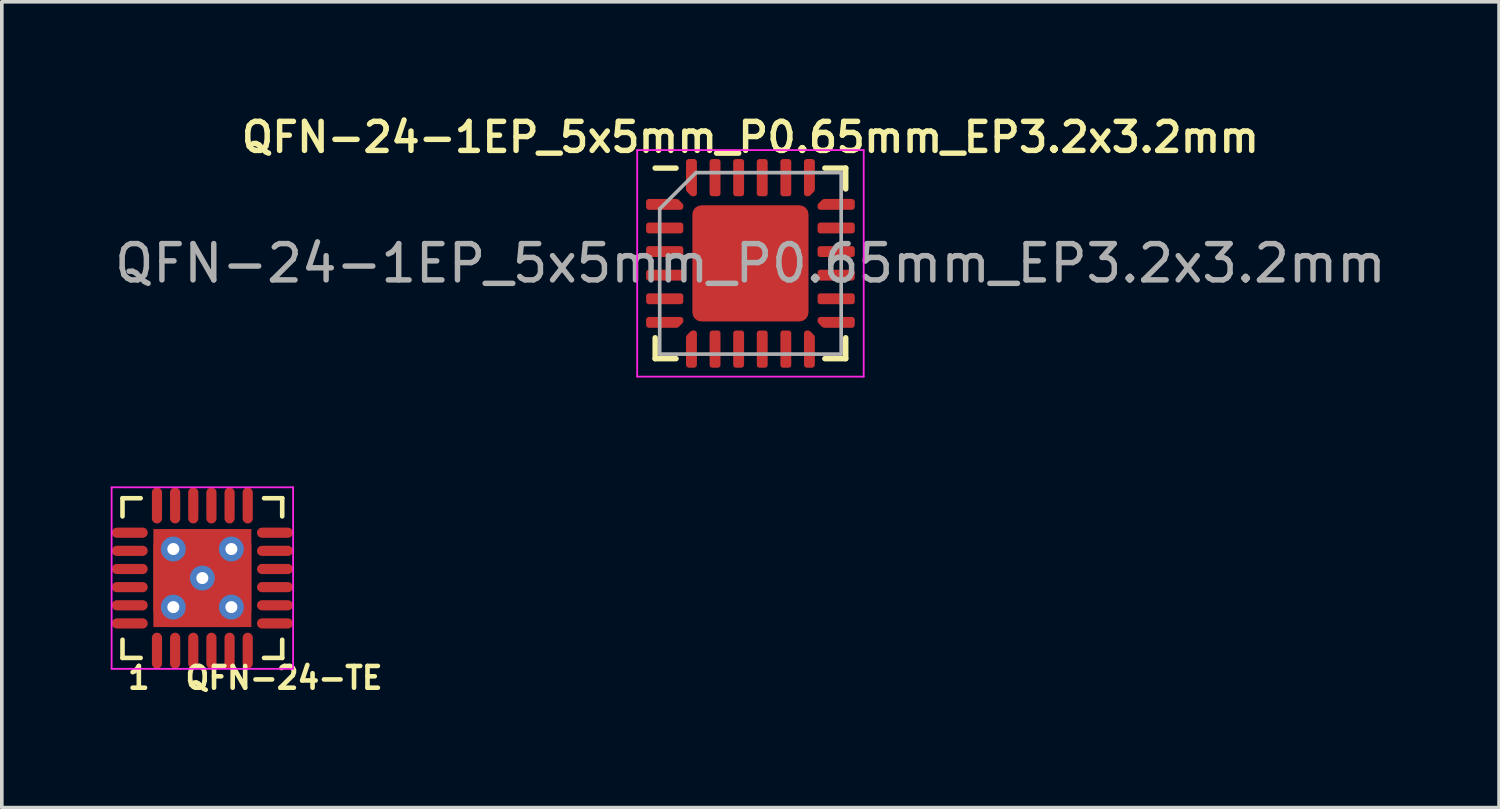
<source format=kicad_pcb>
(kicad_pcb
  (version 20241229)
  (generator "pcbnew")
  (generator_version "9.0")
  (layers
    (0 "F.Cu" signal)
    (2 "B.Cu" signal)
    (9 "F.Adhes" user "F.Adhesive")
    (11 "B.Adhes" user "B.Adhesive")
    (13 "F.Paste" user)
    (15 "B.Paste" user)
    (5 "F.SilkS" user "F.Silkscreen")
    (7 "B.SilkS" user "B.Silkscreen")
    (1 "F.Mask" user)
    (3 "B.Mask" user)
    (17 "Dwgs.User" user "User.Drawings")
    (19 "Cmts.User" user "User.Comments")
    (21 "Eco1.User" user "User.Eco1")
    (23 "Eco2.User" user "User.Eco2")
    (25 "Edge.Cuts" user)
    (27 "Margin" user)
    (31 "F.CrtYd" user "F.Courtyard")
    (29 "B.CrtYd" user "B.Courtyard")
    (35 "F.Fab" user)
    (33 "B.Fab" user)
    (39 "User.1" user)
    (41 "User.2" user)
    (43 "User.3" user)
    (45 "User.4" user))
  (footprint "QFN-24-1EP_5x5mm_P0.65mm_EP3.2x3.2mm"
    (layer "F.Cu")
    (at 17.625 4.206)
    (property "Reference" "QFN-24-1EP_5x5mm_P0.65mm_EP3.2x3.2mm" (at 0 -3.475 0) (layer "F.SilkS") (effects (font (size 0.8 0.8) (thickness 0.15))))
    (attr smd)
    (fp_line (start -2.625 2.625) (end -2.625 2.05) (stroke (width 0.15) (type solid)) (layer "F.SilkS"))
    (fp_line (start -2.05 -2.625) (end -2.625 -2.625) (stroke (width 0.15) (type solid)) (layer "F.SilkS"))
    (fp_line (start -2.05 2.625) (end -2.625 2.625) (stroke (width 0.15) (type solid)) (layer "F.SilkS"))
    (fp_line (start 2.05 -2.625) (end 2.625 -2.625) (stroke (width 0.15) (type solid)) (layer "F.SilkS"))
    (fp_line (start 2.05 2.625) (end 2.625 2.625) (stroke (width 0.15) (type solid)) (layer "F.SilkS"))
    (fp_line (start 2.625 -2.625) (end 2.625 -2.05) (stroke (width 0.15) (type solid)) (layer "F.SilkS"))
    (fp_line (start 2.625 2.625) (end 2.625 2.05) (stroke (width 0.15) (type solid)) (layer "F.SilkS"))
    (fp_line (start -3.12 -3.12) (end -3.12 3.12) (stroke (width 0.05) (type solid)) (layer "F.CrtYd"))
    (fp_line (start -3.12 3.12) (end 3.12 3.12) (stroke (width 0.05) (type solid)) (layer "F.CrtYd"))
    (fp_line (start 3.12 -3.12) (end -3.12 -3.12) (stroke (width 0.05) (type solid)) (layer "F.CrtYd"))
    (fp_line (start 3.12 3.12) (end 3.12 -3.12) (stroke (width 0.05) (type solid)) (layer "F.CrtYd"))
    (fp_line (start -2.5 -1.5) (end -1.5 -2.5) (stroke (width 0.1) (type solid)) (layer "F.Fab"))
    (fp_line (start -2.5 2.5) (end -2.5 -1.5) (stroke (width 0.1) (type solid)) (layer "F.Fab"))
    (fp_line (start -1.5 -2.5) (end 2.5 -2.5) (stroke (width 0.1) (type solid)) (layer "F.Fab"))
    (fp_line (start 2.5 -2.5) (end 2.5 2.5) (stroke (width 0.1) (type solid)) (layer "F.Fab"))
    (fp_line (start 2.5 2.5) (end -2.5 2.5) (stroke (width 0.1) (type solid)) (layer "F.Fab"))
    (fp_text user "${REFERENCE}" (at 0 0 180) (layer "F.Fab") (effects (font (size 1 1) (thickness 0.15))))
    (pad "" smd roundrect (at -2.5 -1.625) (size 0.55 0.3) (layers "F.Paste") (roundrect_rratio 0.25))
    (pad "" smd roundrect (at -2.5 -0.975) (size 0.55 0.3) (layers "F.Paste") (roundrect_rratio 0.25))
    (pad "" smd roundrect (at -2.5 -0.325) (size 0.55 0.3) (layers "F.Paste") (roundrect_rratio 0.25))
    (pad "" smd roundrect (at -2.5 0.325) (size 0.55 0.3) (layers "F.Paste") (roundrect_rratio 0.25))
    (pad "" smd roundrect (at -2.5 0.975) (size 0.55 0.3) (layers "F.Paste") (roundrect_rratio 0.25))
    (pad "" smd roundrect (at -2.5 1.625) (size 0.55 0.3) (layers "F.Paste") (roundrect_rratio 0.25))
    (pad "" smd roundrect (at -1.625 -2.5 270) (size 0.55 0.3) (layers "F.Paste") (roundrect_rratio 0.25))
    (pad "" smd roundrect (at -1.625 2.5 90) (size 0.55 0.3) (layers "F.Paste") (roundrect_rratio 0.25))
    (pad "" smd roundrect (at -0.975 -2.5 270) (size 0.55 0.3) (layers "F.Paste") (roundrect_rratio 0.25))
    (pad "" smd roundrect (at -0.975 2.5 90) (size 0.55 0.3) (layers "F.Paste") (roundrect_rratio 0.25))
    (pad "" smd roundrect (at -0.8 -0.8) (size 1.29 1.29) (layers "F.Paste") (roundrect_rratio 0.194))
    (pad "" smd roundrect (at -0.8 0.8) (size 1.29 1.29) (layers "F.Paste") (roundrect_rratio 0.194))
    (pad "" smd roundrect (at -0.325 -2.5 270) (size 0.55 0.3) (layers "F.Paste") (roundrect_rratio 0.25))
    (pad "" smd roundrect (at -0.325 2.5 90) (size 0.55 0.3) (layers "F.Paste") (roundrect_rratio 0.25))
    (pad "" smd roundrect (at 0.325 -2.5 270) (size 0.55 0.3) (layers "F.Paste") (roundrect_rratio 0.25))
    (pad "" smd roundrect (at 0.325 2.5 90) (size 0.55 0.3) (layers "F.Paste") (roundrect_rratio 0.25))
    (pad "" smd roundrect (at 0.8 -0.8) (size 1.29 1.29) (layers "F.Paste") (roundrect_rratio 0.194))
    (pad "" smd roundrect (at 0.8 0.8) (size 1.29 1.29) (layers "F.Paste") (roundrect_rratio 0.194))
    (pad "" smd roundrect (at 0.975 -2.5 270) (size 0.55 0.3) (layers "F.Paste") (roundrect_rratio 0.25))
    (pad "" smd roundrect (at 0.975 2.5 90) (size 0.55 0.3) (layers "F.Paste") (roundrect_rratio 0.25))
    (pad "" smd roundrect (at 1.625 -2.5 270) (size 0.55 0.3) (layers "F.Paste") (roundrect_rratio 0.25))
    (pad "" smd roundrect (at 1.625 2.5 90) (size 0.55 0.3) (layers "F.Paste") (roundrect_rratio 0.25))
    (pad "" smd roundrect (at 2.5 -1.625 180) (size 0.55 0.3) (layers "F.Paste") (roundrect_rratio 0.25))
    (pad "" smd roundrect (at 2.5 -0.975 180) (size 0.55 0.3) (layers "F.Paste") (roundrect_rratio 0.25))
    (pad "" smd roundrect (at 2.5 -0.325 180) (size 0.55 0.3) (layers "F.Paste") (roundrect_rratio 0.25))
    (pad "" smd roundrect (at 2.5 0.325 180) (size 0.55 0.3) (layers "F.Paste") (roundrect_rratio 0.25))
    (pad "" smd roundrect (at 2.5 0.975 180) (size 0.55 0.3) (layers "F.Paste") (roundrect_rratio 0.25))
    (pad "" smd roundrect (at 2.5 1.625 180) (size 0.55 0.3) (layers "F.Paste") (roundrect_rratio 0.25))
    (pad "1" smd custom (at -2.362 -1.625) (size 0.194 0.194) (layers "F.Cu" "F.Mask") (options (anchor circle)) (primitives (gr_poly (pts (xy -0.438 -0.075) (xy 0.331 -0.075) (xy 0.438 0.031) (xy 0.438 0.075) (xy -0.438 0.075)) (width 0.15) (fill yes))))
    (pad "2" smd roundrect (at -2.362 -0.975) (size 1.025 0.3) (layers "F.Cu" "F.Mask") (roundrect_rratio 0.25))
    (pad "3" smd roundrect (at -2.362 -0.325) (size 1.025 0.3) (layers "F.Cu" "F.Mask") (roundrect_rratio 0.25))
    (pad "4" smd roundrect (at -2.362 0.325) (size 1.025 0.3) (layers "F.Cu" "F.Mask") (roundrect_rratio 0.25))
    (pad "5" smd roundrect (at -2.362 0.975) (size 1.025 0.3) (layers "F.Cu" "F.Mask") (roundrect_rratio 0.25))
    (pad "6" smd custom (at -2.362 1.625) (size 0.194 0.194) (layers "F.Cu" "F.Mask") (options (anchor circle)) (primitives (gr_poly (pts (xy -0.438 -0.075) (xy 0.438 -0.075) (xy 0.438 -0.031) (xy 0.331 0.075) (xy -0.438 0.075)) (width 0.15) (fill yes))))
    (pad "7" smd custom (at -1.625 2.362) (size 0.194 0.194) (layers "F.Cu" "F.Mask") (options (anchor circle)) (primitives (gr_poly (pts (xy -0.075 -0.331) (xy 0.031 -0.438) (xy 0.075 -0.438) (xy 0.075 0.438) (xy -0.075 0.438)) (width 0.15) (fill yes))))
    (pad "8" smd roundrect (at -0.975 2.362) (size 0.3 1.025) (layers "F.Cu" "F.Mask") (roundrect_rratio 0.25))
    (pad "9" smd roundrect (at -0.325 2.362) (size 0.3 1.025) (layers "F.Cu" "F.Mask") (roundrect_rratio 0.25))
    (pad "10" smd roundrect (at 0.325 2.362) (size 0.3 1.025) (layers "F.Cu" "F.Mask") (roundrect_rratio 0.25))
    (pad "11" smd roundrect (at 0.975 2.362) (size 0.3 1.025) (layers "F.Cu" "F.Mask") (roundrect_rratio 0.25))
    (pad "12" smd custom (at 1.625 2.362) (size 0.194 0.194) (layers "F.Cu" "F.Mask") (options (anchor circle)) (primitives (gr_poly (pts (xy -0.075 -0.438) (xy -0.031 -0.438) (xy 0.075 -0.331) (xy 0.075 0.438) (xy -0.075 0.438)) (width 0.15) (fill yes))))
    (pad "13" smd custom (at 2.362 1.625) (size 0.194 0.194) (layers "F.Cu" "F.Mask") (options (anchor circle)) (primitives (gr_poly (pts (xy -0.438 -0.075) (xy 0.438 -0.075) (xy 0.438 0.075) (xy -0.331 0.075) (xy -0.438 -0.031)) (width 0.15) (fill yes))))
    (pad "14" smd roundrect (at 2.362 0.975) (size 1.025 0.3) (layers "F.Cu" "F.Mask") (roundrect_rratio 0.25))
    (pad "15" smd roundrect (at 2.362 0.325) (size 1.025 0.3) (layers "F.Cu" "F.Mask") (roundrect_rratio 0.25))
    (pad "16" smd roundrect (at 2.362 -0.325) (size 1.025 0.3) (layers "F.Cu" "F.Mask") (roundrect_rratio 0.25))
    (pad "17" smd roundrect (at 2.362 -0.975) (size 1.025 0.3) (layers "F.Cu" "F.Mask") (roundrect_rratio 0.25))
    (pad "18" smd custom (at 2.362 -1.625) (size 0.194 0.194) (layers "F.Cu" "F.Mask") (options (anchor circle)) (primitives (gr_poly (pts (xy -0.438 0.031) (xy -0.331 -0.075) (xy 0.438 -0.075) (xy 0.438 0.075) (xy -0.438 0.075)) (width 0.15) (fill yes))))
    (pad "19" smd custom (at 1.625 -2.362) (size 0.194 0.194) (layers "F.Cu" "F.Mask") (options (anchor circle)) (primitives (gr_poly (pts (xy -0.075 -0.438) (xy 0.075 -0.438) (xy 0.075 0.331) (xy -0.031 0.438) (xy -0.075 0.438)) (width 0.15) (fill yes))))
    (pad "20" smd roundrect (at 0.975 -2.362) (size 0.3 1.025) (layers "F.Cu" "F.Mask") (roundrect_rratio 0.25))
    (pad "21" smd roundrect (at 0.325 -2.362) (size 0.3 1.025) (layers "F.Cu" "F.Mask") (roundrect_rratio 0.25))
    (pad "22" smd roundrect (at -0.325 -2.362) (size 0.3 1.025) (layers "F.Cu" "F.Mask") (roundrect_rratio 0.25))
    (pad "23" smd roundrect (at -0.975 -2.362) (size 0.3 1.025) (layers "F.Cu" "F.Mask") (roundrect_rratio 0.25))
    (pad "24" smd custom (at -1.625 -2.362) (size 0.194 0.194) (layers "F.Cu" "F.Mask") (options (anchor circle)) (primitives (gr_poly (pts (xy -0.075 -0.438) (xy 0.075 -0.438) (xy 0.075 0.438) (xy 0.031 0.438) (xy -0.075 0.331)) (width 0.15) (fill yes))))
    (pad "25" smd roundrect (at 0 0) (size 3.2 3.2) (layers "F.Cu" "F.Mask") (roundrect_rratio 0.078)))
  (footprint "QFN-24-TE"
    (layer "F.Cu")
    (at 2.525 12.876)
    (property "Reference" "QFN-24-TE" (at 2.25 2.75 0) (layer "F.SilkS") (effects (font (size 0.6 0.6) (thickness 0.127))))
    (attr through_hole)
    (fp_line (start -2.2 -2.2) (end -1.7 -2.2) (stroke (width 0.127) (type solid)) (layer "F.SilkS"))
    (fp_line (start -2.2 -1.7) (end -2.2 -2.2) (stroke (width 0.127) (type solid)) (layer "F.SilkS"))
    (fp_line (start -2.2 1.7) (end -2.2 2.2) (stroke (width 0.127) (type solid)) (layer "F.SilkS"))
    (fp_line (start -2.2 2.2) (end -1.7 2.2) (stroke (width 0.127) (type solid)) (layer "F.SilkS"))
    (fp_line (start 1.7 -2.2) (end 2.2 -2.2) (stroke (width 0.127) (type solid)) (layer "F.SilkS"))
    (fp_line (start 2.2 -2.2) (end 2.2 -1.7) (stroke (width 0.127) (type solid)) (layer "F.SilkS"))
    (fp_line (start 2.2 1.7) (end 2.2 2.2) (stroke (width 0.127) (type solid)) (layer "F.SilkS"))
    (fp_line (start 2.2 2.2) (end 1.7 2.2) (stroke (width 0.127) (type solid)) (layer "F.SilkS"))
    (fp_line (start -2.5 -2.5) (end -2.5 2.5) (stroke (width 0.05) (type solid)) (layer "F.CrtYd"))
    (fp_line (start -2.5 2.5) (end 2.5 2.5) (stroke (width 0.05) (type solid)) (layer "F.CrtYd"))
    (fp_line (start 2.5 -2.5) (end -2.5 -2.5) (stroke (width 0.05) (type solid)) (layer "F.CrtYd"))
    (fp_line (start 2.5 2.5) (end 2.5 -2.5) (stroke (width 0.05) (type solid)) (layer "F.CrtYd"))
    (fp_text user "1" (at -1.75 2.75 0) (layer "F.SilkS") (effects (font (size 0.6 0.6) (thickness 0.127))))
    (pad "1" smd oval (at -1.25 2) (size 0.28 0.99) (layers "F.Cu" "F.Mask" "F.Paste"))
    (pad "2" smd oval (at -0.75 2) (size 0.28 0.99) (layers "F.Cu" "F.Mask" "F.Paste"))
    (pad "3" smd oval (at -0.25 2) (size 0.28 0.99) (layers "F.Cu" "F.Mask" "F.Paste"))
    (pad "4" smd oval (at 0.25 2) (size 0.28 0.99) (layers "F.Cu" "F.Mask" "F.Paste"))
    (pad "5" smd oval (at 0.75 2) (size 0.28 0.99) (layers "F.Cu" "F.Mask" "F.Paste"))
    (pad "6" smd oval (at 1.25 2) (size 0.28 0.99) (layers "F.Cu" "F.Mask" "F.Paste"))
    (pad "7" smd oval (at 2 1.25 90) (size 0.28 0.99) (layers "F.Cu" "F.Mask" "F.Paste"))
    (pad "8" smd oval (at 2 0.75 90) (size 0.28 0.99) (layers "F.Cu" "F.Mask" "F.Paste"))
    (pad "9" smd oval (at 2 0.25 90) (size 0.28 0.99) (layers "F.Cu" "F.Mask" "F.Paste"))
    (pad "10" smd oval (at 2 -0.25 90) (size 0.28 0.99) (layers "F.Cu" "F.Mask" "F.Paste"))
    (pad "11" smd oval (at 2 -0.75 90) (size 0.28 0.99) (layers "F.Cu" "F.Mask" "F.Paste"))
    (pad "12" smd oval (at 2 -1.25 90) (size 0.28 0.99) (layers "F.Cu" "F.Mask" "F.Paste"))
    (pad "13" smd oval (at 1.25 -2) (size 0.28 0.99) (layers "F.Cu" "F.Mask" "F.Paste"))
    (pad "14" smd oval (at 0.75 -2) (size 0.28 0.99) (layers "F.Cu" "F.Mask" "F.Paste"))
    (pad "15" smd oval (at 0.25 -2) (size 0.28 0.99) (layers "F.Cu" "F.Mask" "F.Paste"))
    (pad "16" smd oval (at -0.25 -2) (size 0.28 0.99) (layers "F.Cu" "F.Mask" "F.Paste"))
    (pad "17" smd oval (at -0.75 -2) (size 0.28 0.99) (layers "F.Cu" "F.Mask" "F.Paste"))
    (pad "18" smd oval (at -1.25 -2) (size 0.28 0.99) (layers "F.Cu" "F.Mask" "F.Paste"))
    (pad "19" smd oval (at -2 -1.25 90) (size 0.28 0.99) (layers "F.Cu" "F.Mask" "F.Paste"))
    (pad "20" smd oval (at -2 -0.75 90) (size 0.28 0.99) (layers "F.Cu" "F.Mask" "F.Paste"))
    (pad "21" smd oval (at -2 -0.25 90) (size 0.28 0.99) (layers "F.Cu" "F.Mask" "F.Paste"))
    (pad "22" smd oval (at -2 0.25 90) (size 0.28 0.99) (layers "F.Cu" "F.Mask" "F.Paste"))
    (pad "23" smd oval (at -2 0.75 90) (size 0.28 0.99) (layers "F.Cu" "F.Mask" "F.Paste"))
    (pad "24" smd oval (at -2 1.25 90) (size 0.28 0.99) (layers "F.Cu" "F.Mask" "F.Paste"))
    (pad "25" smd trapezoid (at -0.85 0 270) (size 1 1) (rect_delta 0 0.9) (layers "F.Cu" "F.Mask" "F.Paste"))
    (pad "25" thru_hole circle (at -0.8 -0.8) (size 0.686 0.686) (drill 0.33) (layers "*.Cu"))
    (pad "25" thru_hole circle (at -0.8 0.8) (size 0.686 0.686) (drill 0.33) (layers "*.Cu"))
    (pad "25" smd trapezoid (at 0 -0.85 180) (size 1 1) (rect_delta 0 0.9) (layers "F.Cu" "F.Mask" "F.Paste"))
    (pad "25" thru_hole circle (at 0 0) (size 0.686 0.686) (drill 0.33) (layers "*.Cu"))
    (pad "25" smd rect (at 0 0) (size 2.7 2.7) (layers "F.Cu" "F.Mask"))
    (pad "25" smd trapezoid (at 0 0.85) (size 1 1) (rect_delta 0 0.9) (layers "F.Cu" "F.Mask" "F.Paste"))
    (pad "25" thru_hole circle (at 0.8 -0.8) (size 0.686 0.686) (drill 0.33) (layers "*.Cu"))
    (pad "25" thru_hole circle (at 0.8 0.8) (size 0.686 0.686) (drill 0.33) (layers "*.Cu"))
    (pad "25" smd trapezoid (at 0.85 0 90) (size 1 1) (rect_delta 0 0.9) (layers "F.Cu" "F.Mask" "F.Paste")))
  (gr_rect
    (start -3 -3)
    (end 38.25 19.2)
    (stroke (width 0.1) (type default))
    (fill no)
    (layer "Edge.Cuts")))
</source>
